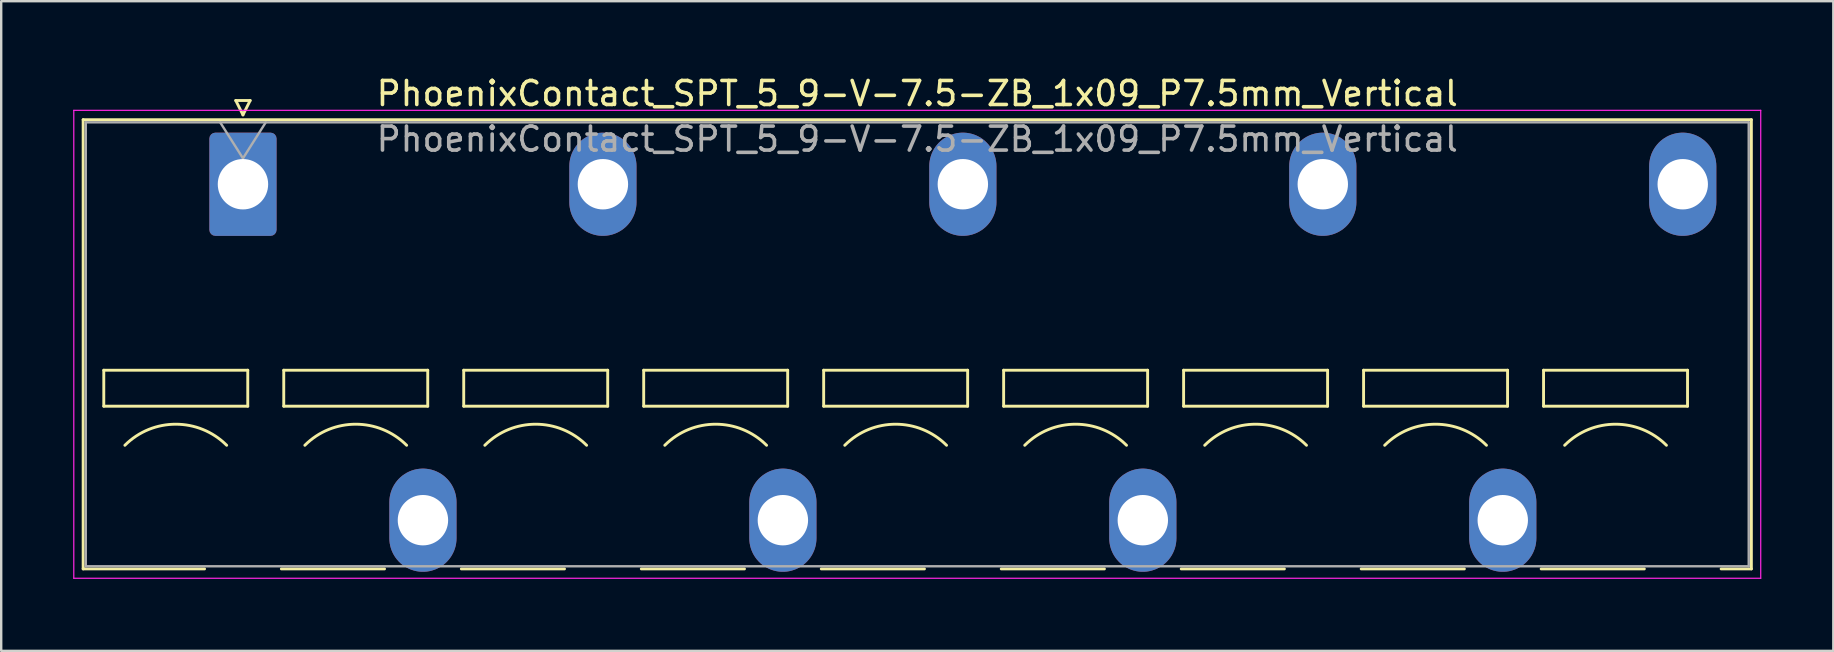
<source format=kicad_pcb>
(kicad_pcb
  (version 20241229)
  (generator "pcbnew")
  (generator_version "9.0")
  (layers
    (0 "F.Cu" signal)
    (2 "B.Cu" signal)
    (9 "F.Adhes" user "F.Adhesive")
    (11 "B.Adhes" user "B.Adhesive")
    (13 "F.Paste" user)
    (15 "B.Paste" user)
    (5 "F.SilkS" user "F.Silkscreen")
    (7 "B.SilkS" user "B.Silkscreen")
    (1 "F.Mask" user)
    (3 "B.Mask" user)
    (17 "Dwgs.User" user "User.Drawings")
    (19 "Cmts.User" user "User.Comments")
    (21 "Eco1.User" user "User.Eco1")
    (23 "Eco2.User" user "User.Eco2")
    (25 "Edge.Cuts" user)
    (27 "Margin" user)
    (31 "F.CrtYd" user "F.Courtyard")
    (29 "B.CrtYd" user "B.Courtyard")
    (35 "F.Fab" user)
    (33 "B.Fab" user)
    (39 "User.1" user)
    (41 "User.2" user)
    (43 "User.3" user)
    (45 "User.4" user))
  (footprint "PhoenixContact_SPT_5_9-V-7.5-ZB_1x09_P7.5mm_Vertical"
    (layer "F.Cu")
    (at 7.075 4.628)
    (property "Reference" "PhoenixContact_SPT_5_9-V-7.5-ZB_1x09_P7.5mm_Vertical" (at 28.1 -3.78 0) (layer "F.SilkS") (effects (font (size 1 1) (thickness 0.15))))
    (attr through_hole)
    (fp_line (start -6.66 -2.69) (end 62.86 -2.69) (stroke (width 0.12) (type solid)) (layer "F.SilkS"))
    (fp_line (start -6.66 16.03) (end -6.66 -2.69) (stroke (width 0.12) (type solid)) (layer "F.SilkS"))
    (fp_line (start -6.66 16.03) (end -1.6 16.03) (stroke (width 0.12) (type solid)) (layer "F.SilkS"))
    (fp_line (start -5.8 7.75) (end -5.8 9.25) (stroke (width 0.12) (type solid)) (layer "F.SilkS"))
    (fp_line (start -5.8 9.25) (end 0.2 9.25) (stroke (width 0.12) (type solid)) (layer "F.SilkS"))
    (fp_line (start -0.3 -3.49) (end 0 -2.89) (stroke (width 0.12) (type solid)) (layer "F.SilkS"))
    (fp_line (start -0.3 -3.49) (end 0.3 -3.49) (stroke (width 0.12) (type solid)) (layer "F.SilkS"))
    (fp_line (start 0.2 7.75) (end -5.8 7.75) (stroke (width 0.12) (type solid)) (layer "F.SilkS"))
    (fp_line (start 0.2 9.25) (end 0.2 7.75) (stroke (width 0.12) (type solid)) (layer "F.SilkS"))
    (fp_line (start 0.3 -3.49) (end 0 -2.89) (stroke (width 0.12) (type solid)) (layer "F.SilkS"))
    (fp_line (start 1.6 16.03) (end 5.9 16.03) (stroke (width 0.12) (type solid)) (layer "F.SilkS"))
    (fp_line (start 1.7 7.75) (end 1.7 9.25) (stroke (width 0.12) (type solid)) (layer "F.SilkS"))
    (fp_line (start 1.7 9.25) (end 7.7 9.25) (stroke (width 0.12) (type solid)) (layer "F.SilkS"))
    (fp_line (start 7.7 7.75) (end 1.7 7.75) (stroke (width 0.12) (type solid)) (layer "F.SilkS"))
    (fp_line (start 7.7 9.25) (end 7.7 7.75) (stroke (width 0.12) (type solid)) (layer "F.SilkS"))
    (fp_line (start 9.1 16.03) (end 13.4 16.03) (stroke (width 0.12) (type solid)) (layer "F.SilkS"))
    (fp_line (start 9.2 7.75) (end 9.2 9.25) (stroke (width 0.12) (type solid)) (layer "F.SilkS"))
    (fp_line (start 9.2 9.25) (end 15.2 9.25) (stroke (width 0.12) (type solid)) (layer "F.SilkS"))
    (fp_line (start 15.2 7.75) (end 9.2 7.75) (stroke (width 0.12) (type solid)) (layer "F.SilkS"))
    (fp_line (start 15.2 9.25) (end 15.2 7.75) (stroke (width 0.12) (type solid)) (layer "F.SilkS"))
    (fp_line (start 16.6 16.03) (end 20.9 16.03) (stroke (width 0.12) (type solid)) (layer "F.SilkS"))
    (fp_line (start 16.7 7.75) (end 16.7 9.25) (stroke (width 0.12) (type solid)) (layer "F.SilkS"))
    (fp_line (start 16.7 9.25) (end 22.7 9.25) (stroke (width 0.12) (type solid)) (layer "F.SilkS"))
    (fp_line (start 22.7 7.75) (end 16.7 7.75) (stroke (width 0.12) (type solid)) (layer "F.SilkS"))
    (fp_line (start 22.7 9.25) (end 22.7 7.75) (stroke (width 0.12) (type solid)) (layer "F.SilkS"))
    (fp_line (start 24.1 16.03) (end 28.4 16.03) (stroke (width 0.12) (type solid)) (layer "F.SilkS"))
    (fp_line (start 24.2 7.75) (end 24.2 9.25) (stroke (width 0.12) (type solid)) (layer "F.SilkS"))
    (fp_line (start 24.2 9.25) (end 30.2 9.25) (stroke (width 0.12) (type solid)) (layer "F.SilkS"))
    (fp_line (start 30.2 7.75) (end 24.2 7.75) (stroke (width 0.12) (type solid)) (layer "F.SilkS"))
    (fp_line (start 30.2 9.25) (end 30.2 7.75) (stroke (width 0.12) (type solid)) (layer "F.SilkS"))
    (fp_line (start 31.6 16.03) (end 35.9 16.03) (stroke (width 0.12) (type solid)) (layer "F.SilkS"))
    (fp_line (start 31.7 7.75) (end 31.7 9.25) (stroke (width 0.12) (type solid)) (layer "F.SilkS"))
    (fp_line (start 31.7 9.25) (end 37.7 9.25) (stroke (width 0.12) (type solid)) (layer "F.SilkS"))
    (fp_line (start 37.7 7.75) (end 31.7 7.75) (stroke (width 0.12) (type solid)) (layer "F.SilkS"))
    (fp_line (start 37.7 9.25) (end 37.7 7.75) (stroke (width 0.12) (type solid)) (layer "F.SilkS"))
    (fp_line (start 39.1 16.03) (end 43.4 16.03) (stroke (width 0.12) (type solid)) (layer "F.SilkS"))
    (fp_line (start 39.2 7.75) (end 39.2 9.25) (stroke (width 0.12) (type solid)) (layer "F.SilkS"))
    (fp_line (start 39.2 9.25) (end 45.2 9.25) (stroke (width 0.12) (type solid)) (layer "F.SilkS"))
    (fp_line (start 45.2 7.75) (end 39.2 7.75) (stroke (width 0.12) (type solid)) (layer "F.SilkS"))
    (fp_line (start 45.2 9.25) (end 45.2 7.75) (stroke (width 0.12) (type solid)) (layer "F.SilkS"))
    (fp_line (start 46.6 16.03) (end 50.9 16.03) (stroke (width 0.12) (type solid)) (layer "F.SilkS"))
    (fp_line (start 46.7 7.75) (end 46.7 9.25) (stroke (width 0.12) (type solid)) (layer "F.SilkS"))
    (fp_line (start 46.7 9.25) (end 52.7 9.25) (stroke (width 0.12) (type solid)) (layer "F.SilkS"))
    (fp_line (start 52.7 7.75) (end 46.7 7.75) (stroke (width 0.12) (type solid)) (layer "F.SilkS"))
    (fp_line (start 52.7 9.25) (end 52.7 7.75) (stroke (width 0.12) (type solid)) (layer "F.SilkS"))
    (fp_line (start 54.1 16.03) (end 58.4 16.03) (stroke (width 0.12) (type solid)) (layer "F.SilkS"))
    (fp_line (start 54.2 7.75) (end 54.2 9.25) (stroke (width 0.12) (type solid)) (layer "F.SilkS"))
    (fp_line (start 54.2 9.25) (end 60.2 9.25) (stroke (width 0.12) (type solid)) (layer "F.SilkS"))
    (fp_line (start 60.2 7.75) (end 54.2 7.75) (stroke (width 0.12) (type solid)) (layer "F.SilkS"))
    (fp_line (start 60.2 9.25) (end 60.2 7.75) (stroke (width 0.12) (type solid)) (layer "F.SilkS"))
    (fp_line (start 61.6 16.03) (end 62.86 16.03) (stroke (width 0.12) (type solid)) (layer "F.SilkS"))
    (fp_line (start 62.86 -2.69) (end 62.86 16.03) (stroke (width 0.12) (type solid)) (layer "F.SilkS"))
    (fp_arc (start -4.92132 10.87868) (mid -2.8 10) (end -0.67868 10.87868) (stroke (width 0.12) (type solid)) (layer "F.SilkS"))
    (fp_arc (start 2.57868 10.87868) (mid 4.7 10) (end 6.82132 10.87868) (stroke (width 0.12) (type solid)) (layer "F.SilkS"))
    (fp_arc (start 10.07868 10.87868) (mid 12.2 10) (end 14.32132 10.87868) (stroke (width 0.12) (type solid)) (layer "F.SilkS"))
    (fp_arc (start 17.57868 10.87868) (mid 19.7 10) (end 21.82132 10.87868) (stroke (width 0.12) (type solid)) (layer "F.SilkS"))
    (fp_arc (start 25.07868 10.87868) (mid 27.2 10) (end 29.32132 10.87868) (stroke (width 0.12) (type solid)) (layer "F.SilkS"))
    (fp_arc (start 32.57868 10.87868) (mid 34.7 10) (end 36.82132 10.87868) (stroke (width 0.12) (type solid)) (layer "F.SilkS"))
    (fp_arc (start 40.07868 10.87868) (mid 42.2 10) (end 44.32132 10.87868) (stroke (width 0.12) (type solid)) (layer "F.SilkS"))
    (fp_arc (start 47.57868 10.87868) (mid 49.7 10) (end 51.82132 10.87868) (stroke (width 0.12) (type solid)) (layer "F.SilkS"))
    (fp_arc (start 55.07868 10.87868) (mid 57.2 10) (end 59.32132 10.87868) (stroke (width 0.12) (type solid)) (layer "F.SilkS"))
    (fp_line (start -7.05 -3.08) (end -7.05 16.42) (stroke (width 0.05) (type solid)) (layer "F.CrtYd"))
    (fp_line (start -7.05 16.42) (end 63.25 16.42) (stroke (width 0.05) (type solid)) (layer "F.CrtYd"))
    (fp_line (start 63.25 -3.08) (end -7.05 -3.08) (stroke (width 0.05) (type solid)) (layer "F.CrtYd"))
    (fp_line (start 63.25 16.42) (end 63.25 -3.08) (stroke (width 0.05) (type solid)) (layer "F.CrtYd"))
    (fp_line (start -6.55 -2.58) (end -6.55 15.92) (stroke (width 0.1) (type solid)) (layer "F.Fab"))
    (fp_line (start -6.55 15.92) (end 62.75 15.92) (stroke (width 0.1) (type solid)) (layer "F.Fab"))
    (fp_line (start -0.95 -2.58) (end 0 -1.08) (stroke (width 0.1) (type solid)) (layer "F.Fab"))
    (fp_line (start 0.95 -2.58) (end 0 -1.08) (stroke (width 0.1) (type solid)) (layer "F.Fab"))
    (fp_line (start 62.75 -2.58) (end -6.55 -2.58) (stroke (width 0.1) (type solid)) (layer "F.Fab"))
    (fp_line (start 62.75 15.92) (end 62.75 -2.58) (stroke (width 0.1) (type solid)) (layer "F.Fab"))
    (fp_text user "${REFERENCE}" (at 28.1 -1.88 0) (layer "F.Fab") (effects (font (size 1 1) (thickness 0.15))))
    (pad "1" thru_hole roundrect (at 0 0) (size 2.8 4.3) (drill 2.1) (layers "*.Cu" "*.Mask") (roundrect_rratio 0.089))
    (pad "2" thru_hole oval (at 7.5 14) (size 2.8 4.3) (drill 2.1) (layers "*.Cu" "*.Mask"))
    (pad "3" thru_hole oval (at 15 0) (size 2.8 4.3) (drill 2.1) (layers "*.Cu" "*.Mask"))
    (pad "4" thru_hole oval (at 22.5 14) (size 2.8 4.3) (drill 2.1) (layers "*.Cu" "*.Mask"))
    (pad "5" thru_hole oval (at 30 0) (size 2.8 4.3) (drill 2.1) (layers "*.Cu" "*.Mask"))
    (pad "6" thru_hole oval (at 37.5 14) (size 2.8 4.3) (drill 2.1) (layers "*.Cu" "*.Mask"))
    (pad "7" thru_hole oval (at 45 0) (size 2.8 4.3) (drill 2.1) (layers "*.Cu" "*.Mask"))
    (pad "8" thru_hole oval (at 52.5 14) (size 2.8 4.3) (drill 2.1) (layers "*.Cu" "*.Mask"))
    (pad "9" thru_hole oval (at 60 0) (size 2.8 4.3) (drill 2.1) (layers "*.Cu" "*.Mask")))
  (gr_rect
    (start -3 -3)
    (end 73.35 24.073)
    (stroke (width 0.1) (type default))
    (fill no)
    (layer "Edge.Cuts")))
</source>
